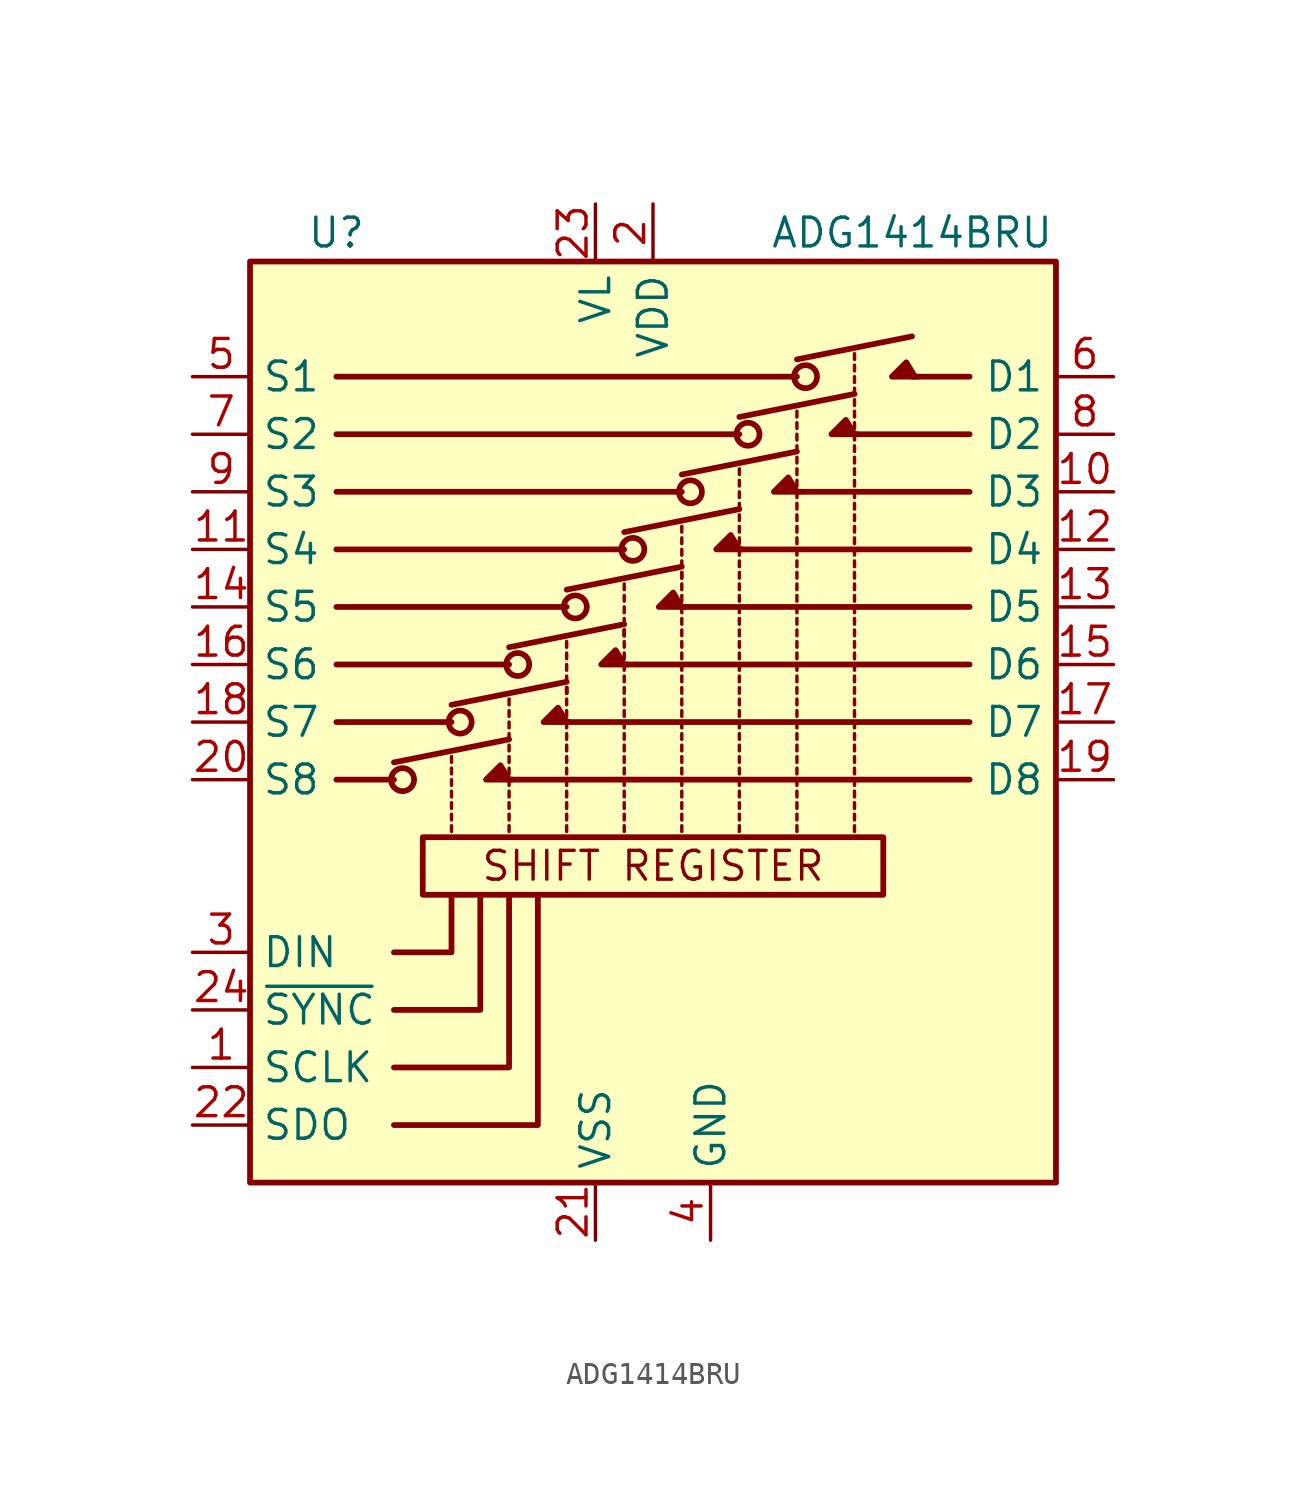
<source format=kicad_sym>
(kicad_symbol_lib
  (version 20201005)
  (generator kicad_symbol_editor)
  (symbol "ADG1414BRU"
    (property "Reference" "U"
      (at -13.97 21.59 0)
      (effects (font (size 1.27 1.27))))
    (property "Value" "ADG1414BRU"
      (at 11.43 21.59 0)
      (effects (font (size 1.27 1.27))))
    (symbol "ADG1414BRU_1_0"
      (text "SHIFT REGISTER" (at 0 -6.35 0) (effects (font (size 1.27 1.27))))
      (polyline (pts (xy -11.43 -17.78) (xy -5.08 -17.78) (xy -5.08 -7.62)) (stroke (width 0.254)) (fill (type none)))
      (polyline (pts (xy -11.43 -15.24) (xy -6.35 -15.24) (xy -6.35 -7.62)) (stroke (width 0.254)) (fill (type none)))
      (polyline (pts (xy -11.43 -10.16) (xy -8.89 -10.16) (xy -8.89 -7.62)) (stroke (width 0.254)) (fill (type none)))
      (polyline (pts (xy -11.43 -12.7) (xy -7.62 -12.7) (xy -7.62 -10.16) (xy -7.62 -7.62)) (stroke (width 0.254)) (fill (type none)))
      (polyline (pts (xy -6.223 -2.54) (xy -7.366 -2.54) (xy -6.731 -1.905) (xy -6.35 -2.54)) (stroke (width 0.254)) (fill (type outline)))
      (polyline (pts (xy -3.683 0) (xy -4.826 0) (xy -4.191 0.635) (xy -3.81 0)) (stroke (width 0.254)) (fill (type outline)))
      (polyline (pts (xy -1.143 2.54) (xy -2.286 2.54) (xy -1.651 3.175) (xy -1.27 2.54)) (stroke (width 0.254)) (fill (type outline)))
      (polyline (pts (xy 1.397 5.08) (xy 0.254 5.08) (xy 0.889 5.715) (xy 1.27 5.08)) (stroke (width 0.254)) (fill (type outline)))
      (polyline (pts (xy 3.937 7.62) (xy 2.794 7.62) (xy 3.429 8.255) (xy 3.81 7.62)) (stroke (width 0.254)) (fill (type outline)))
      (polyline (pts (xy 6.477 10.16) (xy 5.334 10.16) (xy 5.969 10.795) (xy 6.35 10.16)) (stroke (width 0.254)) (fill (type outline)))
      (polyline (pts (xy 9.017 12.7) (xy 7.874 12.7) (xy 8.509 13.335) (xy 8.89 12.7)) (stroke (width 0.254)) (fill (type outline)))
      (polyline (pts (xy 11.684 15.24) (xy 10.541 15.24) (xy 11.176 15.875) (xy 11.557 15.24)) (stroke (width 0.254)) (fill (type outline))))
    (symbol "ADG1414BRU_1_1"
      (circle (center -11.049 -2.54) (radius 0.508) (stroke (width 0.254)) (fill (type none)))
      (circle (center -8.509 0) (radius 0.508) (stroke (width 0.254)) (fill (type none)))
      (circle (center -5.969 2.54) (radius 0.508) (stroke (width 0.254)) (fill (type none)))
      (circle (center -3.429 5.08) (radius 0.508) (stroke (width 0.254)) (fill (type none)))
      (circle (center -0.889 7.62) (radius 0.508) (stroke (width 0.254)) (fill (type none)))
      (circle (center 1.651 10.16) (radius 0.508) (stroke (width 0.254)) (fill (type none)))
      (circle (center 4.191 12.7) (radius 0.508) (stroke (width 0.254)) (fill (type none)))
      (circle (center 6.731 15.24) (radius 0.508) (stroke (width 0.254)) (fill (type none)))
      (rectangle (start -10.16 -5.08) (end 10.16 -7.62) (stroke (width 0.254)) (fill (type none)))
      (rectangle (start -17.78 -20.32) (end 17.78 20.32) (stroke (width 0.254)) (fill (type background)))
      (polyline (pts (xy -11.43 -2.54) (xy -13.97 -2.54)) (stroke (width 0.254)) (fill (type none)))
      (polyline (pts (xy -11.43 -1.778) (xy -6.35 -0.762)) (stroke (width 0.254)) (fill (type none)))
      (polyline (pts (xy -8.89 -4.826) (xy -8.89 -4.572)) (stroke (width 0)) (fill (type none)))
      (polyline (pts (xy -8.89 -4.318) (xy -8.89 -4.064)) (stroke (width 0)) (fill (type none)))
      (polyline (pts (xy -8.89 -3.81) (xy -8.89 -3.556)) (stroke (width 0)) (fill (type none)))
      (polyline (pts (xy -8.89 -3.302) (xy -8.89 -3.048)) (stroke (width 0)) (fill (type none)))
      (polyline (pts (xy -8.89 -2.794) (xy -8.89 -2.54)) (stroke (width 0)) (fill (type none)))
      (polyline (pts (xy -8.89 -2.286) (xy -8.89 -2.032)) (stroke (width 0)) (fill (type none)))
      (polyline (pts (xy -8.89 -1.778) (xy -8.89 -1.524)) (stroke (width 0)) (fill (type none)))
      (polyline (pts (xy -8.89 0) (xy -13.97 0)) (stroke (width 0.254)) (fill (type none)))
      (polyline (pts (xy -8.89 0.762) (xy -3.81 1.778)) (stroke (width 0.254)) (fill (type none)))
      (polyline (pts (xy -6.35 -4.826) (xy -6.35 -4.572)) (stroke (width 0)) (fill (type none)))
      (polyline (pts (xy -6.35 -4.318) (xy -6.35 -4.064)) (stroke (width 0)) (fill (type none)))
      (polyline (pts (xy -6.35 -3.81) (xy -6.35 -3.556)) (stroke (width 0)) (fill (type none)))
      (polyline (pts (xy -6.35 -3.302) (xy -6.35 -3.048)) (stroke (width 0)) (fill (type none)))
      (polyline (pts (xy -6.35 -2.794) (xy -6.35 -2.54)) (stroke (width 0)) (fill (type none)))
      (polyline (pts (xy -6.35 -2.54) (xy 13.97 -2.54)) (stroke (width 0.254)) (fill (type none)))
      (polyline (pts (xy -6.35 -2.286) (xy -6.35 -2.032)) (stroke (width 0)) (fill (type none)))
      (polyline (pts (xy -6.35 -1.778) (xy -6.35 -1.524)) (stroke (width 0)) (fill (type none)))
      (polyline (pts (xy -6.35 -1.27) (xy -6.35 -1.016)) (stroke (width 0)) (fill (type none)))
      (polyline (pts (xy -6.35 -0.762) (xy -6.35 -0.508)) (stroke (width 0)) (fill (type none)))
      (polyline (pts (xy -6.35 -0.254) (xy -6.35 0)) (stroke (width 0)) (fill (type none)))
      (polyline (pts (xy -6.35 0.254) (xy -6.35 0.508)) (stroke (width 0)) (fill (type none)))
      (polyline (pts (xy -6.35 0.762) (xy -6.35 1.016)) (stroke (width 0)) (fill (type none)))
      (polyline (pts (xy -6.35 2.54) (xy -13.97 2.54)) (stroke (width 0.254)) (fill (type none)))
      (polyline (pts (xy -6.35 3.302) (xy -1.27 4.318)) (stroke (width 0.254)) (fill (type none)))
      (polyline (pts (xy -3.81 -4.826) (xy -3.81 -4.572)) (stroke (width 0)) (fill (type none)))
      (polyline (pts (xy -3.81 -4.318) (xy -3.81 -4.064)) (stroke (width 0)) (fill (type none)))
      (polyline (pts (xy -3.81 -3.81) (xy -3.81 -3.556)) (stroke (width 0)) (fill (type none)))
      (polyline (pts (xy -3.81 -3.302) (xy -3.81 -3.048)) (stroke (width 0)) (fill (type none)))
      (polyline (pts (xy -3.81 -2.794) (xy -3.81 -2.54)) (stroke (width 0)) (fill (type none)))
      (polyline (pts (xy -3.81 -2.286) (xy -3.81 -2.032)) (stroke (width 0)) (fill (type none)))
      (polyline (pts (xy -3.81 -1.778) (xy -3.81 -1.524)) (stroke (width 0)) (fill (type none)))
      (polyline (pts (xy -3.81 -1.27) (xy -3.81 -1.016)) (stroke (width 0)) (fill (type none)))
      (polyline (pts (xy -3.81 -0.762) (xy -3.81 -0.508)) (stroke (width 0)) (fill (type none)))
      (polyline (pts (xy -3.81 -0.254) (xy -3.81 0)) (stroke (width 0)) (fill (type none)))
      (polyline (pts (xy -3.81 0) (xy 13.97 0)) (stroke (width 0.254)) (fill (type none)))
      (polyline (pts (xy -3.81 0.254) (xy -3.81 0.508)) (stroke (width 0)) (fill (type none)))
      (polyline (pts (xy -3.81 0.762) (xy -3.81 1.016)) (stroke (width 0)) (fill (type none)))
      (polyline (pts (xy -3.81 1.27) (xy -3.81 1.524)) (stroke (width 0)) (fill (type none)))
      (polyline (pts (xy -3.81 1.27) (xy -3.81 1.524)) (stroke (width 0)) (fill (type none)))
      (polyline (pts (xy -3.81 1.27) (xy -3.81 1.524)) (stroke (width 0)) (fill (type none)))
      (polyline (pts (xy -3.81 1.27) (xy -3.81 1.524)) (stroke (width 0)) (fill (type none)))
      (polyline (pts (xy -3.81 1.778) (xy -3.81 2.032)) (stroke (width 0)) (fill (type none)))
      (polyline (pts (xy -3.81 2.286) (xy -3.81 2.54)) (stroke (width 0)) (fill (type none)))
      (polyline (pts (xy -3.81 2.794) (xy -3.81 3.048)) (stroke (width 0)) (fill (type none)))
      (polyline (pts (xy -3.81 3.302) (xy -3.81 3.556)) (stroke (width 0)) (fill (type none)))
      (polyline (pts (xy -3.81 5.08) (xy -13.97 5.08)) (stroke (width 0.254)) (fill (type none)))
      (polyline (pts (xy -3.81 5.842) (xy 1.27 6.858)) (stroke (width 0.254)) (fill (type none)))
      (polyline (pts (xy -1.27 -4.826) (xy -1.27 -4.572)) (stroke (width 0)) (fill (type none)))
      (polyline (pts (xy -1.27 -4.318) (xy -1.27 -4.064)) (stroke (width 0)) (fill (type none)))
      (polyline (pts (xy -1.27 -3.81) (xy -1.27 -3.556)) (stroke (width 0)) (fill (type none)))
      (polyline (pts (xy -1.27 -3.302) (xy -1.27 -3.048)) (stroke (width 0)) (fill (type none)))
      (polyline (pts (xy -1.27 -2.794) (xy -1.27 -2.54)) (stroke (width 0)) (fill (type none)))
      (polyline (pts (xy -1.27 -2.286) (xy -1.27 -2.032)) (stroke (width 0)) (fill (type none)))
      (polyline (pts (xy -1.27 -1.778) (xy -1.27 -1.524)) (stroke (width 0)) (fill (type none)))
      (polyline (pts (xy -1.27 -1.27) (xy -1.27 -1.016)) (stroke (width 0)) (fill (type none)))
      (polyline (pts (xy -1.27 -0.762) (xy -1.27 -0.508)) (stroke (width 0)) (fill (type none)))
      (polyline (pts (xy -1.27 -0.254) (xy -1.27 0)) (stroke (width 0)) (fill (type none)))
      (polyline (pts (xy -1.27 0.254) (xy -1.27 0.508)) (stroke (width 0)) (fill (type none)))
      (polyline (pts (xy -1.27 0.762) (xy -1.27 1.016)) (stroke (width 0)) (fill (type none)))
      (polyline (pts (xy -1.27 1.27) (xy -1.27 1.524)) (stroke (width 0)) (fill (type none)))
      (polyline (pts (xy -1.27 1.778) (xy -1.27 2.032)) (stroke (width 0)) (fill (type none)))
      (polyline (pts (xy -1.27 2.286) (xy -1.27 2.54)) (stroke (width 0)) (fill (type none)))
      (polyline (pts (xy -1.27 2.54) (xy 13.97 2.54)) (stroke (width 0.254)) (fill (type none)))
      (polyline (pts (xy -1.27 2.794) (xy -1.27 3.048)) (stroke (width 0)) (fill (type none)))
      (polyline (pts (xy -1.27 3.302) (xy -1.27 3.556)) (stroke (width 0)) (fill (type none)))
      (polyline (pts (xy -1.27 3.81) (xy -1.27 4.064)) (stroke (width 0)) (fill (type none)))
      (polyline (pts (xy -1.27 3.81) (xy -1.27 4.064)) (stroke (width 0)) (fill (type none)))
      (polyline (pts (xy -1.27 3.81) (xy -1.27 4.064)) (stroke (width 0)) (fill (type none)))
      (polyline (pts (xy -1.27 4.318) (xy -1.27 4.572)) (stroke (width 0)) (fill (type none)))
      (polyline (pts (xy -1.27 4.826) (xy -1.27 5.08)) (stroke (width 0)) (fill (type none)))
      (polyline (pts (xy -1.27 5.334) (xy -1.27 5.588)) (stroke (width 0)) (fill (type none)))
      (polyline (pts (xy -1.27 5.842) (xy -1.27 6.096)) (stroke (width 0)) (fill (type none)))
      (polyline (pts (xy -1.27 7.62) (xy -13.97 7.62)) (stroke (width 0.254)) (fill (type none)))
      (polyline (pts (xy -1.27 8.382) (xy 3.81 9.398)) (stroke (width 0.254)) (fill (type none)))
      (polyline (pts (xy 1.27 -4.826) (xy 1.27 -4.572)) (stroke (width 0)) (fill (type none)))
      (polyline (pts (xy 1.27 -4.318) (xy 1.27 -4.064)) (stroke (width 0)) (fill (type none)))
      (polyline (pts (xy 1.27 -3.81) (xy 1.27 -3.556)) (stroke (width 0)) (fill (type none)))
      (polyline (pts (xy 1.27 -3.302) (xy 1.27 -3.048)) (stroke (width 0)) (fill (type none)))
      (polyline (pts (xy 1.27 -2.794) (xy 1.27 -2.54)) (stroke (width 0)) (fill (type none)))
      (polyline (pts (xy 1.27 -2.286) (xy 1.27 -2.032)) (stroke (width 0)) (fill (type none)))
      (polyline (pts (xy 1.27 -1.778) (xy 1.27 -1.524)) (stroke (width 0)) (fill (type none)))
      (polyline (pts (xy 1.27 -1.27) (xy 1.27 -1.016)) (stroke (width 0)) (fill (type none)))
      (polyline (pts (xy 1.27 -0.762) (xy 1.27 -0.508)) (stroke (width 0)) (fill (type none)))
      (polyline (pts (xy 1.27 -0.254) (xy 1.27 0)) (stroke (width 0)) (fill (type none)))
      (polyline (pts (xy 1.27 0.254) (xy 1.27 0.508)) (stroke (width 0)) (fill (type none)))
      (polyline (pts (xy 1.27 0.762) (xy 1.27 1.016)) (stroke (width 0)) (fill (type none)))
      (polyline (pts (xy 1.27 1.27) (xy 1.27 1.524)) (stroke (width 0)) (fill (type none)))
      (polyline (pts (xy 1.27 1.778) (xy 1.27 2.032)) (stroke (width 0)) (fill (type none)))
      (polyline (pts (xy 1.27 2.286) (xy 1.27 2.54)) (stroke (width 0)) (fill (type none)))
      (polyline (pts (xy 1.27 2.794) (xy 1.27 3.048)) (stroke (width 0)) (fill (type none)))
      (polyline (pts (xy 1.27 3.302) (xy 1.27 3.556)) (stroke (width 0)) (fill (type none)))
      (polyline (pts (xy 1.27 3.81) (xy 1.27 4.064)) (stroke (width 0)) (fill (type none)))
      (polyline (pts (xy 1.27 4.318) (xy 1.27 4.572)) (stroke (width 0)) (fill (type none)))
      (polyline (pts (xy 1.27 4.826) (xy 1.27 5.08)) (stroke (width 0)) (fill (type none)))
      (polyline (pts (xy 1.27 5.08) (xy 13.97 5.08)) (stroke (width 0.254)) (fill (type none)))
      (polyline (pts (xy 1.27 5.334) (xy 1.27 5.588)) (stroke (width 0)) (fill (type none)))
      (polyline (pts (xy 1.27 5.842) (xy 1.27 6.096)) (stroke (width 0)) (fill (type none)))
      (polyline (pts (xy 1.27 6.35) (xy 1.27 6.604)) (stroke (width 0)) (fill (type none)))
      (polyline (pts (xy 1.27 6.35) (xy 1.27 6.604)) (stroke (width 0)) (fill (type none)))
      (polyline (pts (xy 1.27 6.858) (xy 1.27 7.112)) (stroke (width 0)) (fill (type none)))
      (polyline (pts (xy 1.27 7.366) (xy 1.27 7.62)) (stroke (width 0)) (fill (type none)))
      (polyline (pts (xy 1.27 7.874) (xy 1.27 8.128)) (stroke (width 0)) (fill (type none)))
      (polyline (pts (xy 1.27 8.382) (xy 1.27 8.636)) (stroke (width 0)) (fill (type none)))
      (polyline (pts (xy 1.27 10.16) (xy -13.97 10.16)) (stroke (width 0.254)) (fill (type none)))
      (polyline (pts (xy 1.27 10.922) (xy 6.35 11.938)) (stroke (width 0.254)) (fill (type none)))
      (polyline (pts (xy 3.81 -4.826) (xy 3.81 -4.572)) (stroke (width 0)) (fill (type none)))
      (polyline (pts (xy 3.81 -4.318) (xy 3.81 -4.064)) (stroke (width 0)) (fill (type none)))
      (polyline (pts (xy 3.81 -3.81) (xy 3.81 -3.556)) (stroke (width 0)) (fill (type none)))
      (polyline (pts (xy 3.81 -3.302) (xy 3.81 -3.048)) (stroke (width 0)) (fill (type none)))
      (polyline (pts (xy 3.81 -2.794) (xy 3.81 -2.54)) (stroke (width 0)) (fill (type none)))
      (polyline (pts (xy 3.81 -2.286) (xy 3.81 -2.032)) (stroke (width 0)) (fill (type none)))
      (polyline (pts (xy 3.81 -1.778) (xy 3.81 -1.524)) (stroke (width 0)) (fill (type none)))
      (polyline (pts (xy 3.81 -1.27) (xy 3.81 -1.016)) (stroke (width 0)) (fill (type none)))
      (polyline (pts (xy 3.81 -0.762) (xy 3.81 -0.508)) (stroke (width 0)) (fill (type none)))
      (polyline (pts (xy 3.81 -0.254) (xy 3.81 0)) (stroke (width 0)) (fill (type none)))
      (polyline (pts (xy 3.81 0.254) (xy 3.81 0.508)) (stroke (width 0)) (fill (type none)))
      (polyline (pts (xy 3.81 0.762) (xy 3.81 1.016)) (stroke (width 0)) (fill (type none)))
      (polyline (pts (xy 3.81 1.27) (xy 3.81 1.524)) (stroke (width 0)) (fill (type none)))
      (polyline (pts (xy 3.81 1.778) (xy 3.81 2.032)) (stroke (width 0)) (fill (type none)))
      (polyline (pts (xy 3.81 2.286) (xy 3.81 2.54)) (stroke (width 0)) (fill (type none)))
      (polyline (pts (xy 3.81 2.794) (xy 3.81 3.048)) (stroke (width 0)) (fill (type none)))
      (polyline (pts (xy 3.81 3.302) (xy 3.81 3.556)) (stroke (width 0)) (fill (type none)))
      (polyline (pts (xy 3.81 3.81) (xy 3.81 4.064)) (stroke (width 0)) (fill (type none)))
      (polyline (pts (xy 3.81 4.318) (xy 3.81 4.572)) (stroke (width 0)) (fill (type none)))
      (polyline (pts (xy 3.81 4.826) (xy 3.81 5.08)) (stroke (width 0)) (fill (type none)))
      (polyline (pts (xy 3.81 5.334) (xy 3.81 5.588)) (stroke (width 0)) (fill (type none)))
      (polyline (pts (xy 3.81 5.842) (xy 3.81 6.096)) (stroke (width 0)) (fill (type none)))
      (polyline (pts (xy 3.81 6.35) (xy 3.81 6.604)) (stroke (width 0)) (fill (type none)))
      (polyline (pts (xy 3.81 6.858) (xy 3.81 7.112)) (stroke (width 0)) (fill (type none)))
      (polyline (pts (xy 3.81 7.366) (xy 3.81 7.62)) (stroke (width 0)) (fill (type none)))
      (polyline (pts (xy 3.81 7.62) (xy 13.97 7.62)) (stroke (width 0.254)) (fill (type none)))
      (polyline (pts (xy 3.81 7.874) (xy 3.81 8.128)) (stroke (width 0)) (fill (type none)))
      (polyline (pts (xy 3.81 8.382) (xy 3.81 8.636)) (stroke (width 0)) (fill (type none)))
      (polyline (pts (xy 3.81 8.89) (xy 3.81 9.144)) (stroke (width 0)) (fill (type none)))
      (polyline (pts (xy 3.81 9.398) (xy 3.81 9.652)) (stroke (width 0)) (fill (type none)))
      (polyline (pts (xy 3.81 9.906) (xy 3.81 10.16)) (stroke (width 0)) (fill (type none)))
      (polyline (pts (xy 3.81 10.414) (xy 3.81 10.668)) (stroke (width 0)) (fill (type none)))
      (polyline (pts (xy 3.81 10.922) (xy 3.81 11.176)) (stroke (width 0)) (fill (type none)))
      (polyline (pts (xy 3.81 12.7) (xy -13.97 12.7)) (stroke (width 0.254)) (fill (type none)))
      (polyline (pts (xy 3.81 13.462) (xy 8.89 14.478)) (stroke (width 0.254)) (fill (type none)))
      (polyline (pts (xy 6.35 -4.826) (xy 6.35 -4.572)) (stroke (width 0)) (fill (type none)))
      (polyline (pts (xy 6.35 -4.318) (xy 6.35 -4.064)) (stroke (width 0)) (fill (type none)))
      (polyline (pts (xy 6.35 -3.81) (xy 6.35 -3.556)) (stroke (width 0)) (fill (type none)))
      (polyline (pts (xy 6.35 -3.302) (xy 6.35 -3.048)) (stroke (width 0)) (fill (type none)))
      (polyline (pts (xy 6.35 -2.794) (xy 6.35 -2.54)) (stroke (width 0)) (fill (type none)))
      (polyline (pts (xy 6.35 -2.286) (xy 6.35 -2.032)) (stroke (width 0)) (fill (type none)))
      (polyline (pts (xy 6.35 -1.778) (xy 6.35 -1.524)) (stroke (width 0)) (fill (type none)))
      (polyline (pts (xy 6.35 -1.27) (xy 6.35 -1.016)) (stroke (width 0)) (fill (type none)))
      (polyline (pts (xy 6.35 -0.762) (xy 6.35 -0.508)) (stroke (width 0)) (fill (type none)))
      (polyline (pts (xy 6.35 -0.254) (xy 6.35 0)) (stroke (width 0)) (fill (type none)))
      (polyline (pts (xy 6.35 0.254) (xy 6.35 0.508)) (stroke (width 0)) (fill (type none)))
      (polyline (pts (xy 6.35 0.762) (xy 6.35 1.016)) (stroke (width 0)) (fill (type none)))
      (polyline (pts (xy 6.35 1.27) (xy 6.35 1.524)) (stroke (width 0)) (fill (type none)))
      (polyline (pts (xy 6.35 1.778) (xy 6.35 2.032)) (stroke (width 0)) (fill (type none)))
      (polyline (pts (xy 6.35 2.286) (xy 6.35 2.54)) (stroke (width 0)) (fill (type none)))
      (polyline (pts (xy 6.35 2.794) (xy 6.35 3.048)) (stroke (width 0)) (fill (type none)))
      (polyline (pts (xy 6.35 3.302) (xy 6.35 3.556)) (stroke (width 0)) (fill (type none)))
      (polyline (pts (xy 6.35 3.81) (xy 6.35 4.064)) (stroke (width 0)) (fill (type none)))
      (polyline (pts (xy 6.35 4.318) (xy 6.35 4.572)) (stroke (width 0)) (fill (type none)))
      (polyline (pts (xy 6.35 4.826) (xy 6.35 5.08)) (stroke (width 0)) (fill (type none)))
      (polyline (pts (xy 6.35 5.334) (xy 6.35 5.588)) (stroke (width 0)) (fill (type none)))
      (polyline (pts (xy 6.35 5.842) (xy 6.35 6.096)) (stroke (width 0)) (fill (type none)))
      (polyline (pts (xy 6.35 6.35) (xy 6.35 6.604)) (stroke (width 0)) (fill (type none)))
      (polyline (pts (xy 6.35 6.858) (xy 6.35 7.112)) (stroke (width 0)) (fill (type none)))
      (polyline (pts (xy 6.35 7.366) (xy 6.35 7.62)) (stroke (width 0)) (fill (type none)))
      (polyline (pts (xy 6.35 7.874) (xy 6.35 8.128)) (stroke (width 0)) (fill (type none)))
      (polyline (pts (xy 6.35 8.382) (xy 6.35 8.636)) (stroke (width 0)) (fill (type none)))
      (polyline (pts (xy 6.35 8.89) (xy 6.35 9.144)) (stroke (width 0)) (fill (type none)))
      (polyline (pts (xy 6.35 9.398) (xy 6.35 9.652)) (stroke (width 0)) (fill (type none)))
      (polyline (pts (xy 6.35 9.906) (xy 6.35 10.16)) (stroke (width 0)) (fill (type none)))
      (polyline (pts (xy 6.35 10.16) (xy 13.97 10.16)) (stroke (width 0.254)) (fill (type none)))
      (polyline (pts (xy 6.35 10.414) (xy 6.35 10.668)) (stroke (width 0)) (fill (type none)))
      (polyline (pts (xy 6.35 10.922) (xy 6.35 11.176)) (stroke (width 0)) (fill (type none)))
      (polyline (pts (xy 6.35 11.43) (xy 6.35 11.684)) (stroke (width 0)) (fill (type none)))
      (polyline (pts (xy 6.35 11.938) (xy 6.35 12.192)) (stroke (width 0)) (fill (type none)))
      (polyline (pts (xy 6.35 12.446) (xy 6.35 12.7)) (stroke (width 0)) (fill (type none)))
      (polyline (pts (xy 6.35 12.954) (xy 6.35 13.208)) (stroke (width 0)) (fill (type none)))
      (polyline (pts (xy 6.35 13.462) (xy 6.35 13.716)) (stroke (width 0)) (fill (type none)))
      (polyline (pts (xy 6.35 15.24) (xy -13.97 15.24)) (stroke (width 0.254)) (fill (type none)))
      (polyline (pts (xy 6.35 16.002) (xy 11.43 17.018)) (stroke (width 0.254)) (fill (type none)))
      (polyline (pts (xy 8.89 -4.826) (xy 8.89 -4.572)) (stroke (width 0)) (fill (type none)))
      (polyline (pts (xy 8.89 -4.318) (xy 8.89 -4.064)) (stroke (width 0)) (fill (type none)))
      (polyline (pts (xy 8.89 -3.81) (xy 8.89 -3.556)) (stroke (width 0)) (fill (type none)))
      (polyline (pts (xy 8.89 -3.302) (xy 8.89 -3.048)) (stroke (width 0)) (fill (type none)))
      (polyline (pts (xy 8.89 -2.794) (xy 8.89 -2.54)) (stroke (width 0)) (fill (type none)))
      (polyline (pts (xy 8.89 -2.286) (xy 8.89 -2.032)) (stroke (width 0)) (fill (type none)))
      (polyline (pts (xy 8.89 -1.778) (xy 8.89 -1.524)) (stroke (width 0)) (fill (type none)))
      (polyline (pts (xy 8.89 -1.27) (xy 8.89 -1.016)) (stroke (width 0)) (fill (type none)))
      (polyline (pts (xy 8.89 -0.762) (xy 8.89 -0.508)) (stroke (width 0)) (fill (type none)))
      (polyline (pts (xy 8.89 -0.254) (xy 8.89 0)) (stroke (width 0)) (fill (type none)))
      (polyline (pts (xy 8.89 0.254) (xy 8.89 0.508)) (stroke (width 0)) (fill (type none)))
      (polyline (pts (xy 8.89 0.762) (xy 8.89 1.016)) (stroke (width 0)) (fill (type none)))
      (polyline (pts (xy 8.89 1.27) (xy 8.89 1.524)) (stroke (width 0)) (fill (type none)))
      (polyline (pts (xy 8.89 1.778) (xy 8.89 2.032)) (stroke (width 0)) (fill (type none)))
      (polyline (pts (xy 8.89 2.286) (xy 8.89 2.54)) (stroke (width 0)) (fill (type none)))
      (polyline (pts (xy 8.89 2.794) (xy 8.89 3.048)) (stroke (width 0)) (fill (type none)))
      (polyline (pts (xy 8.89 3.302) (xy 8.89 3.556)) (stroke (width 0)) (fill (type none)))
      (polyline (pts (xy 8.89 3.81) (xy 8.89 4.064)) (stroke (width 0)) (fill (type none)))
      (polyline (pts (xy 8.89 4.318) (xy 8.89 4.572)) (stroke (width 0)) (fill (type none)))
      (polyline (pts (xy 8.89 4.826) (xy 8.89 5.08)) (stroke (width 0)) (fill (type none)))
      (polyline (pts (xy 8.89 5.334) (xy 8.89 5.588)) (stroke (width 0)) (fill (type none)))
      (polyline (pts (xy 8.89 5.842) (xy 8.89 6.096)) (stroke (width 0)) (fill (type none)))
      (polyline (pts (xy 8.89 6.35) (xy 8.89 6.604)) (stroke (width 0)) (fill (type none)))
      (polyline (pts (xy 8.89 6.858) (xy 8.89 7.112)) (stroke (width 0)) (fill (type none)))
      (polyline (pts (xy 8.89 7.366) (xy 8.89 7.62)) (stroke (width 0)) (fill (type none)))
      (polyline (pts (xy 8.89 7.874) (xy 8.89 8.128)) (stroke (width 0)) (fill (type none)))
      (polyline (pts (xy 8.89 8.382) (xy 8.89 8.636)) (stroke (width 0)) (fill (type none)))
      (polyline (pts (xy 8.89 8.89) (xy 8.89 9.144)) (stroke (width 0)) (fill (type none)))
      (polyline (pts (xy 8.89 9.398) (xy 8.89 9.652)) (stroke (width 0)) (fill (type none)))
      (polyline (pts (xy 8.89 9.906) (xy 8.89 10.16)) (stroke (width 0)) (fill (type none)))
      (polyline (pts (xy 8.89 10.414) (xy 8.89 10.668)) (stroke (width 0)) (fill (type none)))
      (polyline (pts (xy 8.89 10.922) (xy 8.89 11.176)) (stroke (width 0)) (fill (type none)))
      (polyline (pts (xy 8.89 11.43) (xy 8.89 11.684)) (stroke (width 0)) (fill (type none)))
      (polyline (pts (xy 8.89 11.938) (xy 8.89 12.192)) (stroke (width 0)) (fill (type none)))
      (polyline (pts (xy 8.89 12.446) (xy 8.89 12.7)) (stroke (width 0)) (fill (type none)))
      (polyline (pts (xy 8.89 12.7) (xy 13.97 12.7)) (stroke (width 0.254)) (fill (type none)))
      (polyline (pts (xy 8.89 12.954) (xy 8.89 13.208)) (stroke (width 0)) (fill (type none)))
      (polyline (pts (xy 8.89 13.462) (xy 8.89 13.716)) (stroke (width 0)) (fill (type none)))
      (polyline (pts (xy 8.89 13.97) (xy 8.89 14.224)) (stroke (width 0)) (fill (type none)))
      (polyline (pts (xy 8.89 14.478) (xy 8.89 14.732)) (stroke (width 0)) (fill (type none)))
      (polyline (pts (xy 8.89 14.986) (xy 8.89 15.24)) (stroke (width 0)) (fill (type none)))
      (polyline (pts (xy 8.89 15.494) (xy 8.89 15.748)) (stroke (width 0)) (fill (type none)))
      (polyline (pts (xy 8.89 16.002) (xy 8.89 16.256)) (stroke (width 0)) (fill (type none)))
      (polyline (pts (xy 11.43 15.24) (xy 13.97 15.24)) (stroke (width 0.254)) (fill (type none)))
      (pin input line (at -20.32 -15.24 0) (length 2.54) (name "SCLK" (effects (font (size 1.27 1.27)))) (number "1" (effects (font (size 1.27 1.27)))))
      (pin passive line (at 20.32 10.16 180) (length 2.54) (name "D3" (effects (font (size 1.27 1.27)))) (number "10" (effects (font (size 1.27 1.27)))))
      (pin passive line (at -20.32 7.62 0) (length 2.54) (name "S4" (effects (font (size 1.27 1.27)))) (number "11" (effects (font (size 1.27 1.27)))))
      (pin passive line (at 20.32 7.62 180) (length 2.54) (name "D4" (effects (font (size 1.27 1.27)))) (number "12" (effects (font (size 1.27 1.27)))))
      (pin passive line (at 20.32 5.08 180) (length 2.54) (name "D5" (effects (font (size 1.27 1.27)))) (number "13" (effects (font (size 1.27 1.27)))))
      (pin passive line (at -20.32 5.08 0) (length 2.54) (name "S5" (effects (font (size 1.27 1.27)))) (number "14" (effects (font (size 1.27 1.27)))))
      (pin passive line (at 20.32 2.54 180) (length 2.54) (name "D6" (effects (font (size 1.27 1.27)))) (number "15" (effects (font (size 1.27 1.27)))))
      (pin passive line (at -20.32 2.54 0) (length 2.54) (name "S6" (effects (font (size 1.27 1.27)))) (number "16" (effects (font (size 1.27 1.27)))))
      (pin passive line (at 20.32 0 180) (length 2.54) (name "D7" (effects (font (size 1.27 1.27)))) (number "17" (effects (font (size 1.27 1.27)))))
      (pin passive line (at -20.32 0 0) (length 2.54) (name "S7" (effects (font (size 1.27 1.27)))) (number "18" (effects (font (size 1.27 1.27)))))
      (pin passive line (at 20.32 -2.54 180) (length 2.54) (name "D8" (effects (font (size 1.27 1.27)))) (number "19" (effects (font (size 1.27 1.27)))))
      (pin power_in line (at 0 22.86 270) (length 2.54) (name "VDD" (effects (font (size 1.27 1.27)))) (number "2" (effects (font (size 1.27 1.27)))))
      (pin passive line (at -20.32 -2.54 0) (length 2.54) (name "S8" (effects (font (size 1.27 1.27)))) (number "20" (effects (font (size 1.27 1.27)))))
      (pin power_in line (at -2.54 -22.86 90) (length 2.54) (name "VSS" (effects (font (size 1.27 1.27)))) (number "21" (effects (font (size 1.27 1.27)))))
      (pin open_collector line (at -20.32 -17.78 0) (length 2.54) (name "SDO" (effects (font (size 1.27 1.27)))) (number "22" (effects (font (size 1.27 1.27)))))
      (pin power_in line (at -2.54 22.86 270) (length 2.54) (name "VL" (effects (font (size 1.27 1.27)))) (number "23" (effects (font (size 1.27 1.27)))))
      (pin input line (at -20.32 -12.7 0) (length 2.54) (name "~SYNC" (effects (font (size 1.27 1.27)))) (number "24" (effects (font (size 1.27 1.27)))))
      (pin input line (at -20.32 -10.16 0) (length 2.54) (name "DIN" (effects (font (size 1.27 1.27)))) (number "3" (effects (font (size 1.27 1.27)))))
      (pin power_in line (at 2.54 -22.86 90) (length 2.54) (name "GND" (effects (font (size 1.27 1.27)))) (number "4" (effects (font (size 1.27 1.27)))))
      (pin passive line (at -20.32 15.24 0) (length 2.54) (name "S1" (effects (font (size 1.27 1.27)))) (number "5" (effects (font (size 1.27 1.27)))))
      (pin passive line (at 20.32 15.24 180) (length 2.54) (name "D1" (effects (font (size 1.27 1.27)))) (number "6" (effects (font (size 1.27 1.27)))))
      (pin passive line (at -20.32 12.7 0) (length 2.54) (name "S2" (effects (font (size 1.27 1.27)))) (number "7" (effects (font (size 1.27 1.27)))))
      (pin passive line (at 20.32 12.7 180) (length 2.54) (name "D2" (effects (font (size 1.27 1.27)))) (number "8" (effects (font (size 1.27 1.27)))))
      (pin passive line (at -20.32 10.16 0) (length 2.54) (name "S3" (effects (font (size 1.27 1.27)))) (number "9" (effects (font (size 1.27 1.27))))))))
</source>
